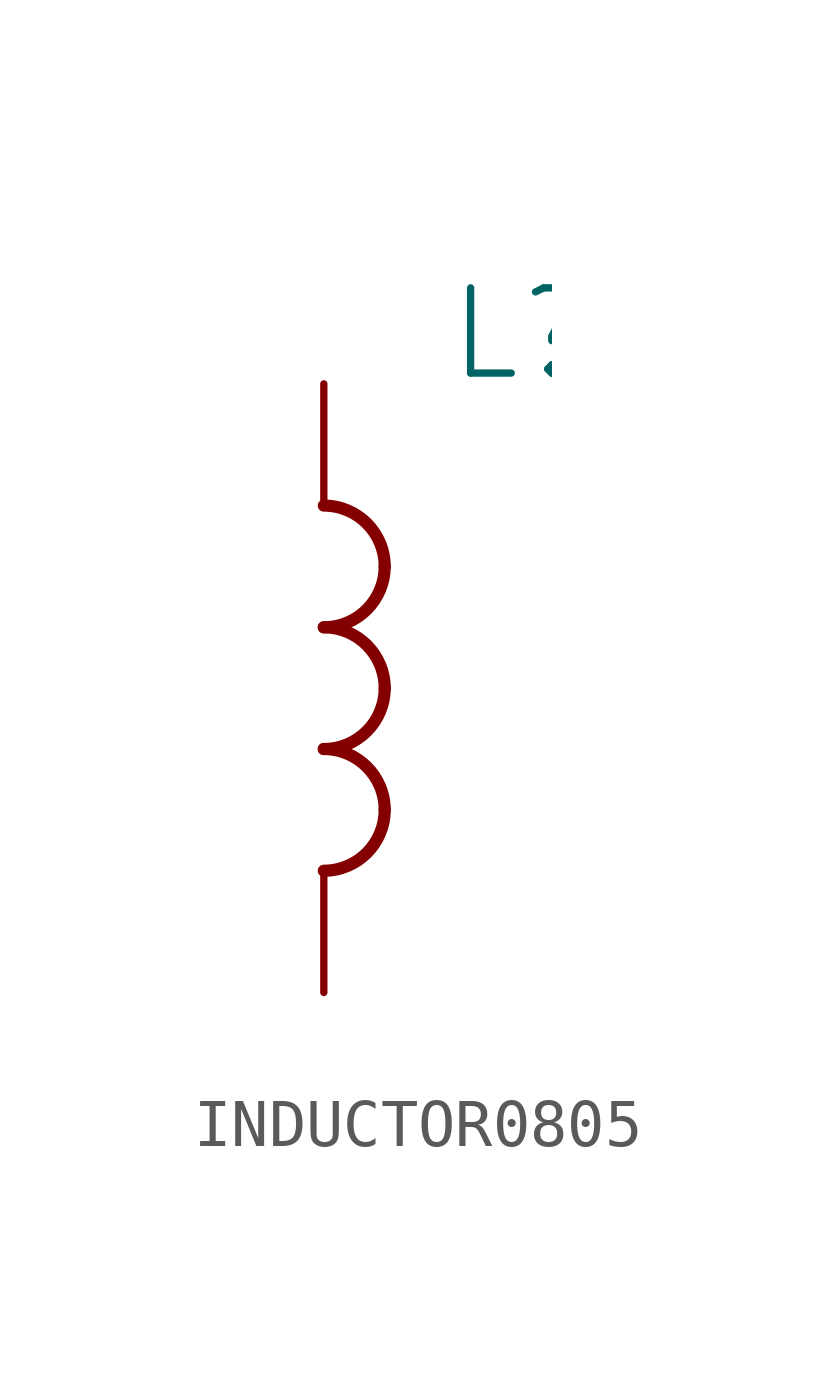
<source format=kicad_sym>
(kicad_symbol_lib
  (version 20231120)
  (generator "kicad_symbol_editor")
  (generator_version "8.0")
  (symbol "INDUCTOR0805"
    (property "Reference" "L"
      (at 2.54 5.08 0)
      (effects (font (size 1.778 1.778)) (justify left bottom)))
    (property "Value" ""
      (at 2.54 -5.08 0)
      (effects (font (size 1.778 1.778)) (justify left bottom)))
    (property "ki_locked" ""
      (at 0 0 0)
      (effects (font (size 1.27 1.27))))
    (symbol "INDUCTOR0805_1_0"
      (arc (start 0 -5.08) (mid 0.898 -4.708) (end 1.27 -3.81) (stroke (width 0.254) (type solid)) (fill (type none)))
      (arc (start 0 -2.54) (mid 0.898 -2.168) (end 1.27 -1.27) (stroke (width 0.254) (type solid)) (fill (type none)))
      (arc (start 0 0) (mid 0.898 0.372) (end 1.27 1.27) (stroke (width 0.254) (type solid)) (fill (type none)))
      (arc (start 1.27 -3.81) (mid 0.898 -2.912) (end 0 -2.54) (stroke (width 0.254) (type solid)) (fill (type none)))
      (arc (start 1.27 -1.27) (mid 0.898 -0.372) (end 0 0) (stroke (width 0.254) (type solid)) (fill (type none)))
      (arc (start 1.27 1.27) (mid 0.898 2.168) (end 0 2.54) (stroke (width 0.254) (type solid)) (fill (type none)))
      (pin passive line (at 0 5.08 270) (length 2.54) (name "1" (effects (font (size 0 0)))) (number "1" (effects (font (size 0 0)))))
      (pin passive line (at 0 -7.62 90) (length 2.54) (name "2" (effects (font (size 0 0)))) (number "2" (effects (font (size 0 0))))))))
</source>
